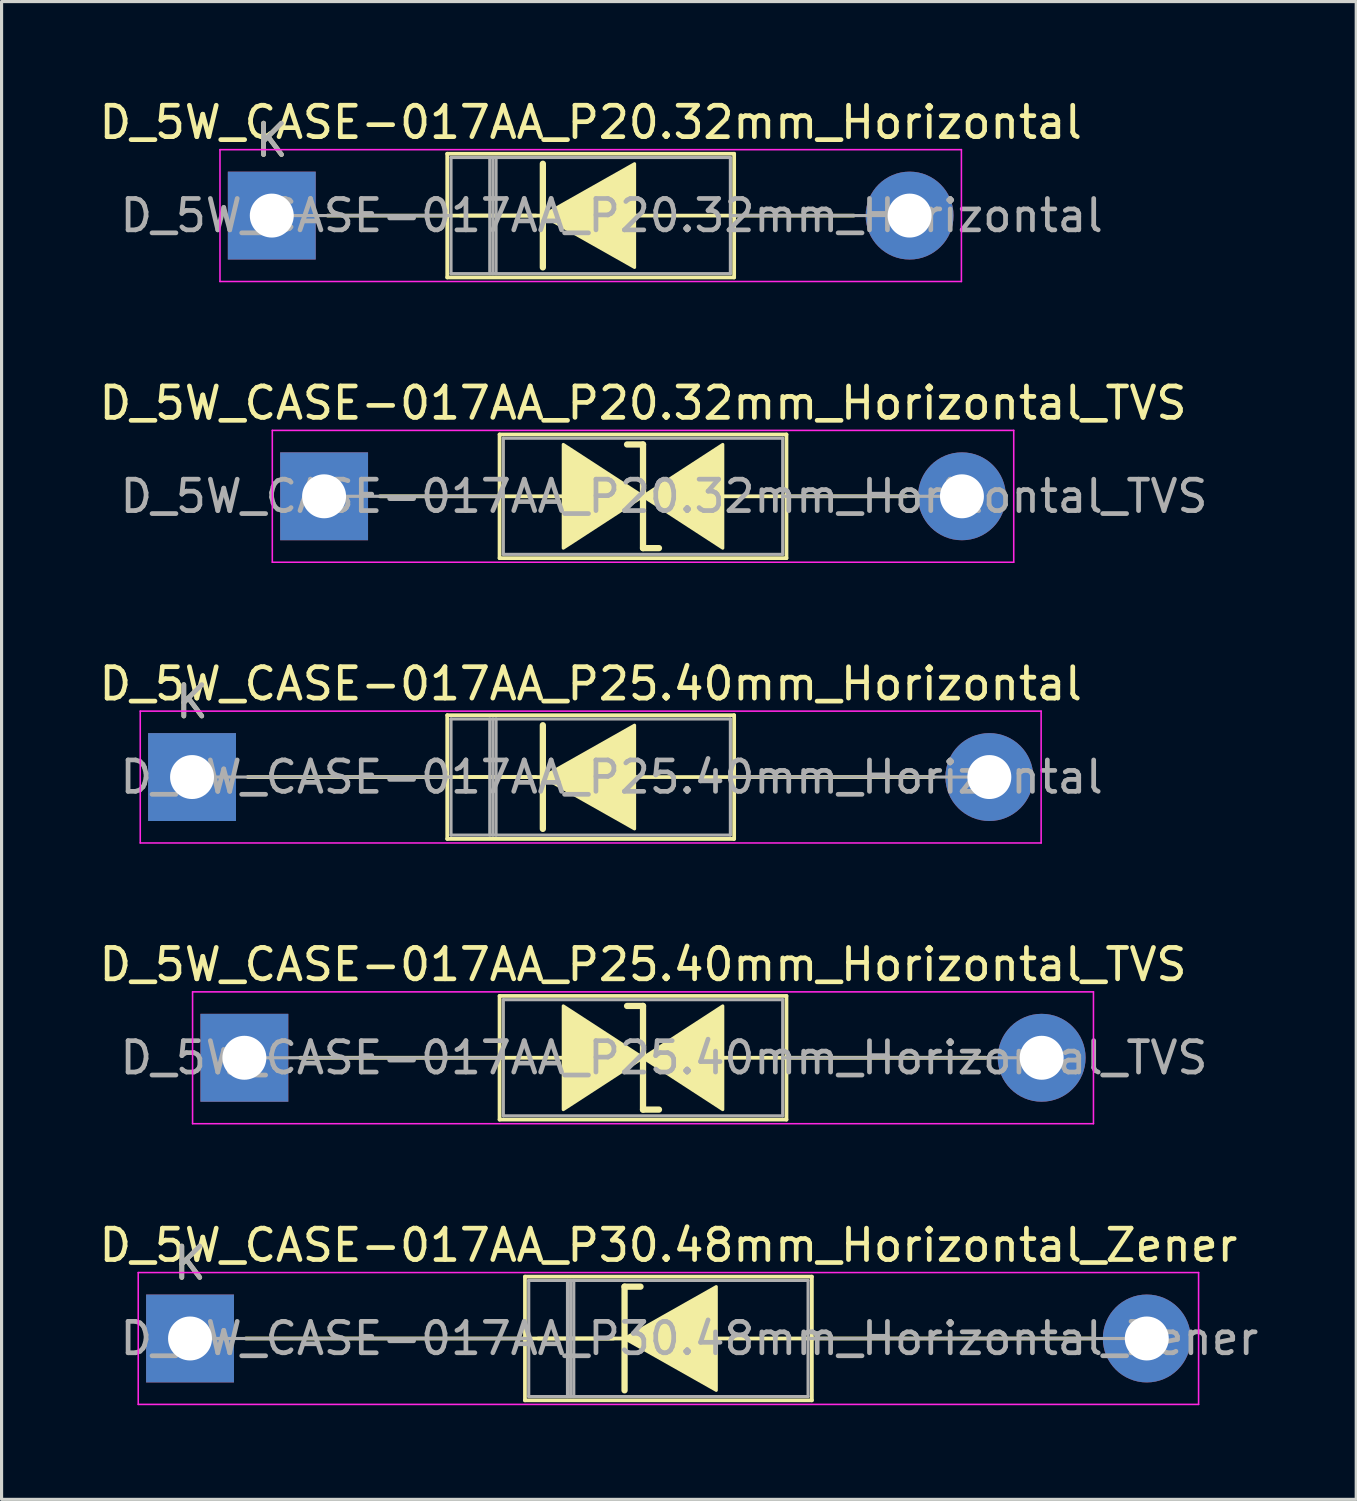
<source format=kicad_pcb>
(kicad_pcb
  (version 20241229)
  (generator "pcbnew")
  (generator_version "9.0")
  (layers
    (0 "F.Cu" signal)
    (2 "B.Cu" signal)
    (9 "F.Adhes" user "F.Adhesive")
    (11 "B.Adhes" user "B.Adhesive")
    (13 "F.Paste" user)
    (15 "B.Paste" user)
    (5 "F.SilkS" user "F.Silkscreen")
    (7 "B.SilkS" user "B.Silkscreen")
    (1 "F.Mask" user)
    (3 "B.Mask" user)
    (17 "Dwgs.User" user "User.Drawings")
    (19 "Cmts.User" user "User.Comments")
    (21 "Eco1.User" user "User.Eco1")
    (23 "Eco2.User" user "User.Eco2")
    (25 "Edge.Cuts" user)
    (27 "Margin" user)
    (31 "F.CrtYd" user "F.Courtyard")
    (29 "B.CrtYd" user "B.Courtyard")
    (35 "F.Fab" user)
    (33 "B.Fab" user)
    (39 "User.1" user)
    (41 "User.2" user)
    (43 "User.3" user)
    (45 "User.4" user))
  (footprint "D_5W_CASE-017AA_P25.40mm_Horizontal"
    (layer "F.Cu")
    (at 3.068 21.705)
    (property "Reference" "D_5W_CASE-017AA_P25.40mm_Horizontal" (at 12.7 -2.97 0) (layer "F.SilkS") (effects (font (size 1 1) (thickness 0.15))))
    (fp_line (start 1.778 0) (end 10.95 0) (stroke (width 0.12) (type solid)) (layer "F.SilkS"))
    (fp_line (start 8.13 -1.97) (end 8.13 1.97) (stroke (width 0.12) (type solid)) (layer "F.SilkS"))
    (fp_line (start 8.13 1.97) (end 17.27 1.97) (stroke (width 0.12) (type solid)) (layer "F.SilkS"))
    (fp_line (start 11.176 -1.651) (end 11.176 1.651) (stroke (width 0.2) (type solid)) (layer "F.SilkS"))
    (fp_line (start 11.176 0) (end 8.55 0) (stroke (width 0.12) (type solid)) (layer "F.SilkS"))
    (fp_line (start 17.27 -1.97) (end 8.13 -1.97) (stroke (width 0.12) (type solid)) (layer "F.SilkS"))
    (fp_line (start 17.27 1.97) (end 17.27 -1.97) (stroke (width 0.12) (type solid)) (layer "F.SilkS"))
    (fp_line (start 23.622 0) (end 13.97 0) (stroke (width 0.12) (type solid)) (layer "F.SilkS"))
    (fp_poly (pts (xy 14.097 1.651) (xy 11.176 0) (xy 14.097 -1.651)) (stroke (width 0.1) (type solid)) (fill yes) (layer "F.SilkS"))
    (fp_line (start -1.65 -2.1) (end -1.65 2.1) (stroke (width 0.05) (type solid)) (layer "F.CrtYd"))
    (fp_line (start -1.65 2.1) (end 27.05 2.1) (stroke (width 0.05) (type solid)) (layer "F.CrtYd"))
    (fp_line (start 27.05 -2.1) (end -1.65 -2.1) (stroke (width 0.05) (type solid)) (layer "F.CrtYd"))
    (fp_line (start 27.05 2.1) (end 27.05 -2.1) (stroke (width 0.05) (type solid)) (layer "F.CrtYd"))
    (fp_line (start 0 0) (end 8.25 0) (stroke (width 0.1) (type solid)) (layer "F.Fab"))
    (fp_line (start 8.25 -1.85) (end 8.25 1.85) (stroke (width 0.1) (type solid)) (layer "F.Fab"))
    (fp_line (start 8.25 1.85) (end 17.15 1.85) (stroke (width 0.1) (type solid)) (layer "F.Fab"))
    (fp_line (start 9.485 -1.85) (end 9.485 1.85) (stroke (width 0.1) (type solid)) (layer "F.Fab"))
    (fp_line (start 9.585 -1.85) (end 9.585 1.85) (stroke (width 0.1) (type solid)) (layer "F.Fab"))
    (fp_line (start 9.685 -1.85) (end 9.685 1.85) (stroke (width 0.1) (type solid)) (layer "F.Fab"))
    (fp_line (start 17.15 -1.85) (end 8.25 -1.85) (stroke (width 0.1) (type solid)) (layer "F.Fab"))
    (fp_line (start 17.15 1.85) (end 17.15 -1.85) (stroke (width 0.1) (type solid)) (layer "F.Fab"))
    (fp_line (start 25.4 0) (end 17.15 0) (stroke (width 0.1) (type solid)) (layer "F.Fab"))
    (fp_text user "K" (at 0 -2.4 0) (layer "F.SilkS") (effects (font (size 1 1) (thickness 0.15))))
    (fp_text user "${REFERENCE}" (at 13.367 0 0) (layer "F.Fab") (effects (font (size 1 1) (thickness 0.15))))
    (fp_text user "K" (at 0 -2.4 0) (layer "F.Fab") (effects (font (size 1 1) (thickness 0.15))))
    (pad "1" thru_hole rect (at 0 0) (size 2.8 2.8) (drill 1.4) (layers "*.Cu" "*.Mask"))
    (pad "2" thru_hole oval (at 25.4 0) (size 2.8 2.8) (drill 1.4) (layers "*.Cu" "*.Mask")))
  (footprint "D_5W_CASE-017AA_P20.32mm_Horizontal"
    (layer "F.Cu")
    (at 5.608 3.818)
    (property "Reference" "D_5W_CASE-017AA_P20.32mm_Horizontal" (at 10.16 -2.97 0) (layer "F.SilkS") (effects (font (size 1 1) (thickness 0.15))))
    (fp_line (start 1.778 0) (end 8.41 0) (stroke (width 0.12) (type solid)) (layer "F.SilkS"))
    (fp_line (start 5.59 -1.97) (end 5.59 1.97) (stroke (width 0.12) (type solid)) (layer "F.SilkS"))
    (fp_line (start 5.59 1.97) (end 14.73 1.97) (stroke (width 0.12) (type solid)) (layer "F.SilkS"))
    (fp_line (start 8.636 -1.651) (end 8.636 1.651) (stroke (width 0.2) (type solid)) (layer "F.SilkS"))
    (fp_line (start 8.636 0) (end 6.01 0) (stroke (width 0.12) (type solid)) (layer "F.SilkS"))
    (fp_line (start 14.73 -1.97) (end 5.59 -1.97) (stroke (width 0.12) (type solid)) (layer "F.SilkS"))
    (fp_line (start 14.73 1.97) (end 14.73 -1.97) (stroke (width 0.12) (type solid)) (layer "F.SilkS"))
    (fp_line (start 18.542 0) (end 11.43 0) (stroke (width 0.12) (type solid)) (layer "F.SilkS"))
    (fp_poly (pts (xy 11.557 1.651) (xy 8.636 0) (xy 11.557 -1.651)) (stroke (width 0.1) (type solid)) (fill yes) (layer "F.SilkS"))
    (fp_line (start -1.65 -2.1) (end -1.65 2.1) (stroke (width 0.05) (type solid)) (layer "F.CrtYd"))
    (fp_line (start -1.65 2.1) (end 21.97 2.1) (stroke (width 0.05) (type solid)) (layer "F.CrtYd"))
    (fp_line (start 21.97 -2.1) (end -1.65 -2.1) (stroke (width 0.05) (type solid)) (layer "F.CrtYd"))
    (fp_line (start 21.97 2.1) (end 21.97 -2.1) (stroke (width 0.05) (type solid)) (layer "F.CrtYd"))
    (fp_line (start 0 0) (end 5.71 0) (stroke (width 0.1) (type solid)) (layer "F.Fab"))
    (fp_line (start 5.71 -1.85) (end 5.71 1.85) (stroke (width 0.1) (type solid)) (layer "F.Fab"))
    (fp_line (start 5.71 1.85) (end 14.61 1.85) (stroke (width 0.1) (type solid)) (layer "F.Fab"))
    (fp_line (start 6.945 -1.85) (end 6.945 1.85) (stroke (width 0.1) (type solid)) (layer "F.Fab"))
    (fp_line (start 7.045 -1.85) (end 7.045 1.85) (stroke (width 0.1) (type solid)) (layer "F.Fab"))
    (fp_line (start 7.145 -1.85) (end 7.145 1.85) (stroke (width 0.1) (type solid)) (layer "F.Fab"))
    (fp_line (start 14.61 -1.85) (end 5.71 -1.85) (stroke (width 0.1) (type solid)) (layer "F.Fab"))
    (fp_line (start 14.61 1.85) (end 14.61 -1.85) (stroke (width 0.1) (type solid)) (layer "F.Fab"))
    (fp_line (start 20.32 0) (end 14.61 0) (stroke (width 0.1) (type solid)) (layer "F.Fab"))
    (fp_text user "K" (at 0 -2.4 0) (layer "F.SilkS") (effects (font (size 1 1) (thickness 0.15))))
    (fp_text user "${REFERENCE}" (at 10.828 0 0) (layer "F.Fab") (effects (font (size 1 1) (thickness 0.15))))
    (fp_text user "K" (at 0 -2.4 0) (layer "F.Fab") (effects (font (size 1 1) (thickness 0.15))))
    (pad "1" thru_hole rect (at 0 0) (size 2.8 2.8) (drill 1.4) (layers "*.Cu" "*.Mask"))
    (pad "2" thru_hole oval (at 20.32 0) (size 2.8 2.8) (drill 1.4) (layers "*.Cu" "*.Mask")))
  (footprint "D_5W_CASE-017AA_P20.32mm_Horizontal_TVS"
    (layer "F.Cu")
    (at 7.275 12.761)
    (property "Reference" "D_5W_CASE-017AA_P20.32mm_Horizontal_TVS" (at 10.16 -2.97 0) (layer "F.SilkS") (effects (font (size 1 1) (thickness 0.15))))
    (fp_line (start 1.778 0) (end 5.59 0) (stroke (width 0.12) (type solid)) (layer "F.SilkS"))
    (fp_line (start 5.588 0) (end 7.62 0) (stroke (width 0.12) (type solid)) (layer "F.SilkS"))
    (fp_line (start 5.59 -1.97) (end 5.59 1.97) (stroke (width 0.12) (type solid)) (layer "F.SilkS"))
    (fp_line (start 5.59 1.97) (end 14.73 1.97) (stroke (width 0.12) (type solid)) (layer "F.SilkS"))
    (fp_line (start 10.16 -1.651) (end 9.652 -1.651) (stroke (width 0.2) (type solid)) (layer "F.SilkS"))
    (fp_line (start 10.16 1.651) (end 10.16 -1.651) (stroke (width 0.2) (type solid)) (layer "F.SilkS"))
    (fp_line (start 10.668 1.651) (end 10.16 1.651) (stroke (width 0.2) (type solid)) (layer "F.SilkS"))
    (fp_line (start 14.73 -1.97) (end 5.59 -1.97) (stroke (width 0.12) (type solid)) (layer "F.SilkS"))
    (fp_line (start 14.73 0) (end 12.7 0) (stroke (width 0.12) (type solid)) (layer "F.SilkS"))
    (fp_line (start 14.73 1.97) (end 14.73 -1.97) (stroke (width 0.12) (type solid)) (layer "F.SilkS"))
    (fp_line (start 18.542 0) (end 14.73 0) (stroke (width 0.12) (type solid)) (layer "F.SilkS"))
    (fp_poly (pts (xy 10.16 0) (xy 7.62 1.651) (xy 7.62 -1.651)) (stroke (width 0.1) (type solid)) (fill yes) (layer "F.SilkS"))
    (fp_poly (pts (xy 10.16 0) (xy 12.7 -1.651) (xy 12.7 1.651)) (stroke (width 0.1) (type solid)) (fill yes) (layer "F.SilkS"))
    (fp_line (start -1.65 -2.1) (end -1.65 2.1) (stroke (width 0.05) (type solid)) (layer "F.CrtYd"))
    (fp_line (start -1.65 2.1) (end 21.97 2.1) (stroke (width 0.05) (type solid)) (layer "F.CrtYd"))
    (fp_line (start 21.97 -2.1) (end -1.65 -2.1) (stroke (width 0.05) (type solid)) (layer "F.CrtYd"))
    (fp_line (start 21.97 2.1) (end 21.97 -2.1) (stroke (width 0.05) (type solid)) (layer "F.CrtYd"))
    (fp_line (start 0 0) (end 5.71 0) (stroke (width 0.1) (type solid)) (layer "F.Fab"))
    (fp_line (start 5.71 -1.85) (end 5.71 1.85) (stroke (width 0.1) (type solid)) (layer "F.Fab"))
    (fp_line (start 5.71 1.85) (end 14.61 1.85) (stroke (width 0.1) (type solid)) (layer "F.Fab"))
    (fp_line (start 14.61 -1.85) (end 5.71 -1.85) (stroke (width 0.1) (type solid)) (layer "F.Fab"))
    (fp_line (start 14.61 1.85) (end 14.61 -1.85) (stroke (width 0.1) (type solid)) (layer "F.Fab"))
    (fp_line (start 20.32 0) (end 14.61 0) (stroke (width 0.1) (type solid)) (layer "F.Fab"))
    (fp_text user "${REFERENCE}" (at 10.828 0 0) (layer "F.Fab") (effects (font (size 1 1) (thickness 0.15))))
    (pad "1" thru_hole rect (at 0 0) (size 2.8 2.8) (drill 1.4) (layers "*.Cu" "*.Mask"))
    (pad "2" thru_hole oval (at 20.32 0) (size 2.8 2.8) (drill 1.4) (layers "*.Cu" "*.Mask")))
  (footprint "D_5W_CASE-017AA_P30.48mm_Horizontal_Zener"
    (layer "F.Cu")
    (at 3.004 39.591)
    (property "Reference" "D_5W_CASE-017AA_P30.48mm_Horizontal_Zener" (at 15.24 -2.97 0) (layer "F.SilkS") (effects (font (size 1 1) (thickness 0.15))))
    (fp_line (start 1.778 0) (end 13.843 0) (stroke (width 0.12) (type solid)) (layer "F.SilkS"))
    (fp_line (start 10.67 -1.97) (end 10.67 1.97) (stroke (width 0.12) (type solid)) (layer "F.SilkS"))
    (fp_line (start 10.67 1.97) (end 19.81 1.97) (stroke (width 0.12) (type solid)) (layer "F.SilkS"))
    (fp_line (start 13.49 0) (end 11.09 0) (stroke (width 0.12) (type solid)) (layer "F.SilkS"))
    (fp_line (start 13.843 -1.651) (end 13.843 1.651) (stroke (width 0.2) (type solid)) (layer "F.SilkS"))
    (fp_line (start 13.843 -1.651) (end 14.351 -1.651) (stroke (width 0.2) (type solid)) (layer "F.SilkS"))
    (fp_line (start 19.81 -1.97) (end 10.67 -1.97) (stroke (width 0.12) (type solid)) (layer "F.SilkS"))
    (fp_line (start 19.81 1.97) (end 19.81 -1.97) (stroke (width 0.12) (type solid)) (layer "F.SilkS"))
    (fp_line (start 28.702 0) (end 16.51 0) (stroke (width 0.12) (type solid)) (layer "F.SilkS"))
    (fp_poly (pts (xy 16.764 1.651) (xy 13.843 0) (xy 16.764 -1.651)) (stroke (width 0.1) (type solid)) (fill yes) (layer "F.SilkS"))
    (fp_line (start -1.65 -2.1) (end -1.65 2.1) (stroke (width 0.05) (type solid)) (layer "F.CrtYd"))
    (fp_line (start -1.65 2.1) (end 32.13 2.1) (stroke (width 0.05) (type solid)) (layer "F.CrtYd"))
    (fp_line (start 32.13 -2.1) (end -1.65 -2.1) (stroke (width 0.05) (type solid)) (layer "F.CrtYd"))
    (fp_line (start 32.13 2.1) (end 32.13 -2.1) (stroke (width 0.05) (type solid)) (layer "F.CrtYd"))
    (fp_line (start 0 0) (end 10.79 0) (stroke (width 0.1) (type solid)) (layer "F.Fab"))
    (fp_line (start 10.79 -1.85) (end 10.79 1.85) (stroke (width 0.1) (type solid)) (layer "F.Fab"))
    (fp_line (start 10.79 1.85) (end 19.69 1.85) (stroke (width 0.1) (type solid)) (layer "F.Fab"))
    (fp_line (start 12.025 -1.85) (end 12.025 1.85) (stroke (width 0.1) (type solid)) (layer "F.Fab"))
    (fp_line (start 12.125 -1.85) (end 12.125 1.85) (stroke (width 0.1) (type solid)) (layer "F.Fab"))
    (fp_line (start 12.225 -1.85) (end 12.225 1.85) (stroke (width 0.1) (type solid)) (layer "F.Fab"))
    (fp_line (start 19.69 -1.85) (end 10.79 -1.85) (stroke (width 0.1) (type solid)) (layer "F.Fab"))
    (fp_line (start 19.69 1.85) (end 19.69 -1.85) (stroke (width 0.1) (type solid)) (layer "F.Fab"))
    (fp_line (start 30.48 0) (end 19.69 0) (stroke (width 0.1) (type solid)) (layer "F.Fab"))
    (fp_text user "K" (at 0 -2.4 0) (layer "F.SilkS") (effects (font (size 1 1) (thickness 0.15))))
    (fp_text user "${REFERENCE}" (at 15.908 0 0) (layer "F.Fab") (effects (font (size 1 1) (thickness 0.15))))
    (fp_text user "K" (at 0 -2.4 0) (layer "F.Fab") (effects (font (size 1 1) (thickness 0.15))))
    (pad "1" thru_hole rect (at 0 0) (size 2.8 2.8) (drill 1.4) (layers "*.Cu" "*.Mask"))
    (pad "2" thru_hole oval (at 30.48 0) (size 2.8 2.8) (drill 1.4) (layers "*.Cu" "*.Mask")))
  (footprint "D_5W_CASE-017AA_P25.40mm_Horizontal_TVS"
    (layer "F.Cu")
    (at 4.735 30.648)
    (property "Reference" "D_5W_CASE-017AA_P25.40mm_Horizontal_TVS" (at 12.7 -2.97 0) (layer "F.SilkS") (effects (font (size 1 1) (thickness 0.15))))
    (fp_line (start 1.778 0) (end 8.13 0) (stroke (width 0.12) (type solid)) (layer "F.SilkS"))
    (fp_line (start 8.128 0) (end 10.16 0) (stroke (width 0.12) (type solid)) (layer "F.SilkS"))
    (fp_line (start 8.13 -1.97) (end 8.13 1.97) (stroke (width 0.12) (type solid)) (layer "F.SilkS"))
    (fp_line (start 8.13 1.97) (end 17.27 1.97) (stroke (width 0.12) (type solid)) (layer "F.SilkS"))
    (fp_line (start 12.7 -1.651) (end 12.192 -1.651) (stroke (width 0.2) (type solid)) (layer "F.SilkS"))
    (fp_line (start 12.7 1.651) (end 12.7 -1.651) (stroke (width 0.2) (type solid)) (layer "F.SilkS"))
    (fp_line (start 13.208 1.651) (end 12.7 1.651) (stroke (width 0.2) (type solid)) (layer "F.SilkS"))
    (fp_line (start 17.27 -1.97) (end 8.13 -1.97) (stroke (width 0.12) (type solid)) (layer "F.SilkS"))
    (fp_line (start 17.27 0) (end 15.24 0) (stroke (width 0.12) (type solid)) (layer "F.SilkS"))
    (fp_line (start 17.27 1.97) (end 17.27 -1.97) (stroke (width 0.12) (type solid)) (layer "F.SilkS"))
    (fp_line (start 23.622 0) (end 17.27 0) (stroke (width 0.12) (type solid)) (layer "F.SilkS"))
    (fp_poly (pts (xy 12.7 0) (xy 10.16 1.651) (xy 10.16 -1.651)) (stroke (width 0.1) (type solid)) (fill yes) (layer "F.SilkS"))
    (fp_poly (pts (xy 12.7 0) (xy 15.24 -1.651) (xy 15.24 1.651)) (stroke (width 0.1) (type solid)) (fill yes) (layer "F.SilkS"))
    (fp_line (start -1.65 -2.1) (end -1.65 2.1) (stroke (width 0.05) (type solid)) (layer "F.CrtYd"))
    (fp_line (start -1.65 2.1) (end 27.05 2.1) (stroke (width 0.05) (type solid)) (layer "F.CrtYd"))
    (fp_line (start 27.05 -2.1) (end -1.65 -2.1) (stroke (width 0.05) (type solid)) (layer "F.CrtYd"))
    (fp_line (start 27.05 2.1) (end 27.05 -2.1) (stroke (width 0.05) (type solid)) (layer "F.CrtYd"))
    (fp_line (start 0 0) (end 8.25 0) (stroke (width 0.1) (type solid)) (layer "F.Fab"))
    (fp_line (start 8.25 -1.85) (end 8.25 1.85) (stroke (width 0.1) (type solid)) (layer "F.Fab"))
    (fp_line (start 8.25 1.85) (end 17.15 1.85) (stroke (width 0.1) (type solid)) (layer "F.Fab"))
    (fp_line (start 17.15 -1.85) (end 8.25 -1.85) (stroke (width 0.1) (type solid)) (layer "F.Fab"))
    (fp_line (start 17.15 1.85) (end 17.15 -1.85) (stroke (width 0.1) (type solid)) (layer "F.Fab"))
    (fp_line (start 25.4 0) (end 17.15 0) (stroke (width 0.1) (type solid)) (layer "F.Fab"))
    (fp_text user "${REFERENCE}" (at 13.367 0 0) (layer "F.Fab") (effects (font (size 1 1) (thickness 0.15))))
    (pad "1" thru_hole rect (at 0 0) (size 2.8 2.8) (drill 1.4) (layers "*.Cu" "*.Mask"))
    (pad "2" thru_hole oval (at 25.4 0) (size 2.8 2.8) (drill 1.4) (layers "*.Cu" "*.Mask")))
  (gr_rect
    (start -3 -3)
    (end 40.156 44.716)
    (stroke (width 0.1) (type default))
    (fill no)
    (layer "Edge.Cuts")))
</source>
